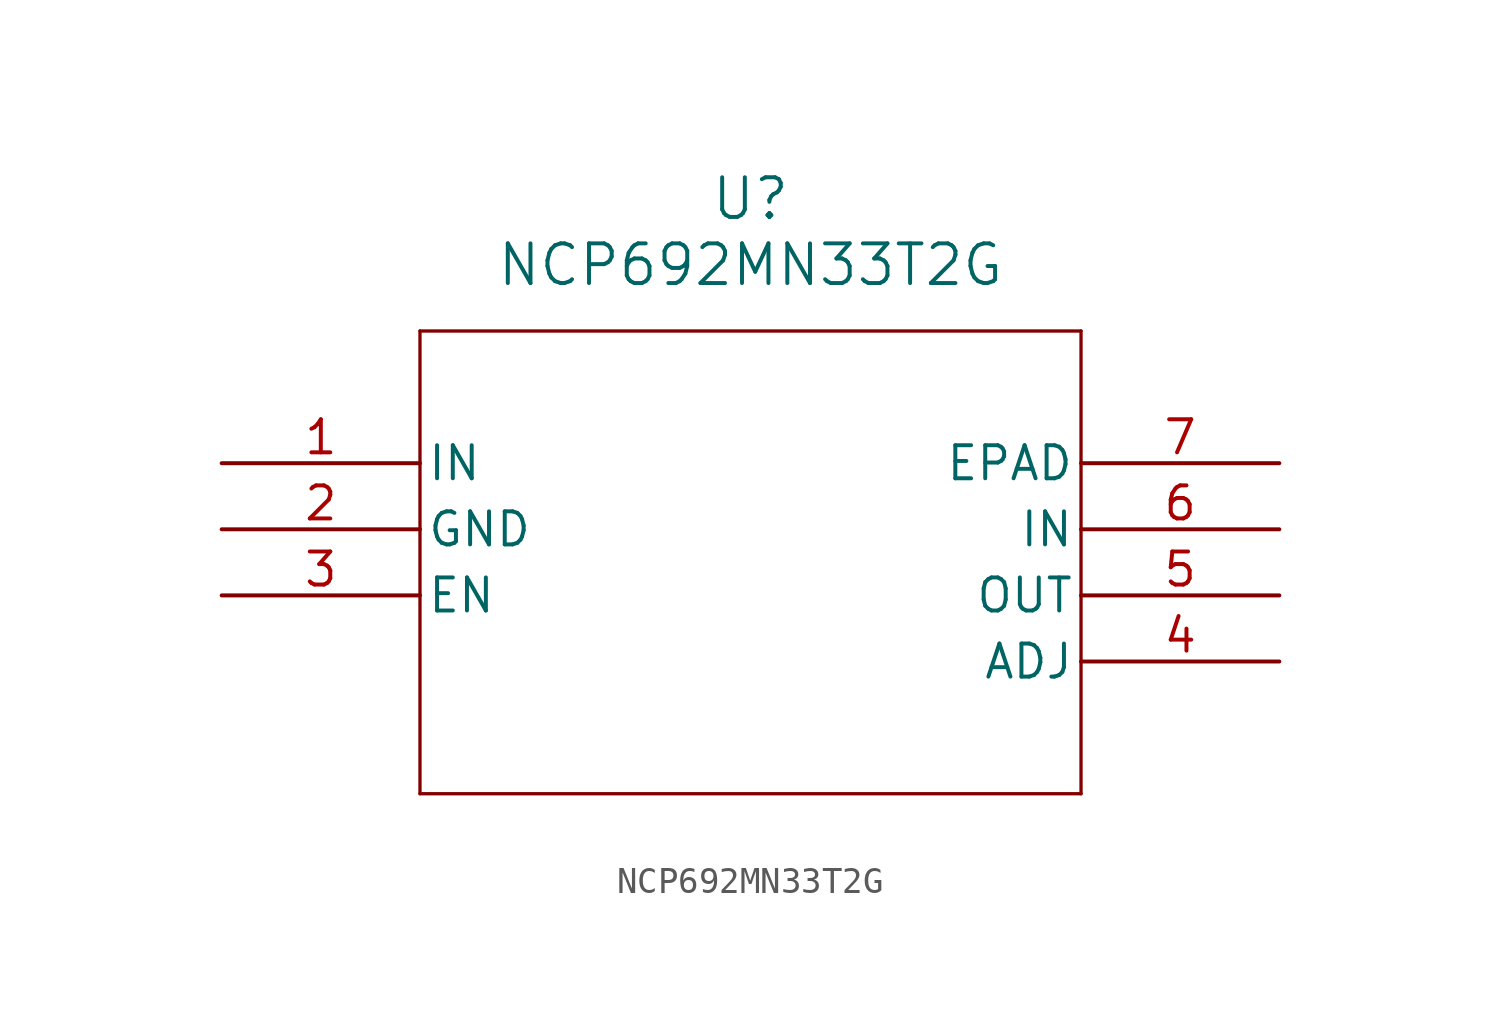
<source format=kicad_sym>
(kicad_symbol_lib
  (version 20231120)
  (generator "kicad_symbol_editor")
  (generator_version "8.0")
  (symbol "NCP692MN33T2G"
    (pin_names
      (offset 0.254))
    (property "Reference" "U"
      (at 20.32 10.16 0)
      (effects (font (size 1.524 1.524))))
    (property "Value" "NCP692MN33T2G"
      (at 20.32 7.62 0)
      (effects (font (size 1.524 1.524))))
    (property "ki_locked" ""
      (at 0 0 0)
      (effects (font (size 1.27 1.27))))
    (symbol "NCP692MN33T2G_0_1"
      (polyline (pts (xy 7.62 -12.7) (xy 33.02 -12.7)) (stroke (width 0.127) (type default)) (fill (type none)))
      (polyline (pts (xy 7.62 5.08) (xy 7.62 -12.7)) (stroke (width 0.127) (type default)) (fill (type none)))
      (polyline (pts (xy 33.02 -12.7) (xy 33.02 5.08)) (stroke (width 0.127) (type default)) (fill (type none)))
      (polyline (pts (xy 33.02 5.08) (xy 7.62 5.08)) (stroke (width 0.127) (type default)) (fill (type none)))
      (pin input line (at 0 0 0) (length 7.62) (name "IN" (effects (font (size 1.27 1.27)))) (number "1" (effects (font (size 1.27 1.27)))))
      (pin power_in line (at 0 -2.54 0) (length 7.62) (name "GND" (effects (font (size 1.27 1.27)))) (number "2" (effects (font (size 1.27 1.27)))))
      (pin unspecified line (at 0 -5.08 0) (length 7.62) (name "EN" (effects (font (size 1.27 1.27)))) (number "3" (effects (font (size 1.27 1.27)))))
      (pin input line (at 40.64 -7.62 180) (length 7.62) (name "ADJ" (effects (font (size 1.27 1.27)))) (number "4" (effects (font (size 1.27 1.27)))))
      (pin output line (at 40.64 -5.08 180) (length 7.62) (name "OUT" (effects (font (size 1.27 1.27)))) (number "5" (effects (font (size 1.27 1.27)))))
      (pin input line (at 40.64 -2.54 180) (length 7.62) (name "IN" (effects (font (size 1.27 1.27)))) (number "6" (effects (font (size 1.27 1.27)))))
      (pin unspecified line (at 40.64 0 180) (length 7.62) (name "EPAD" (effects (font (size 1.27 1.27)))) (number "7" (effects (font (size 1.27 1.27))))))))
</source>
